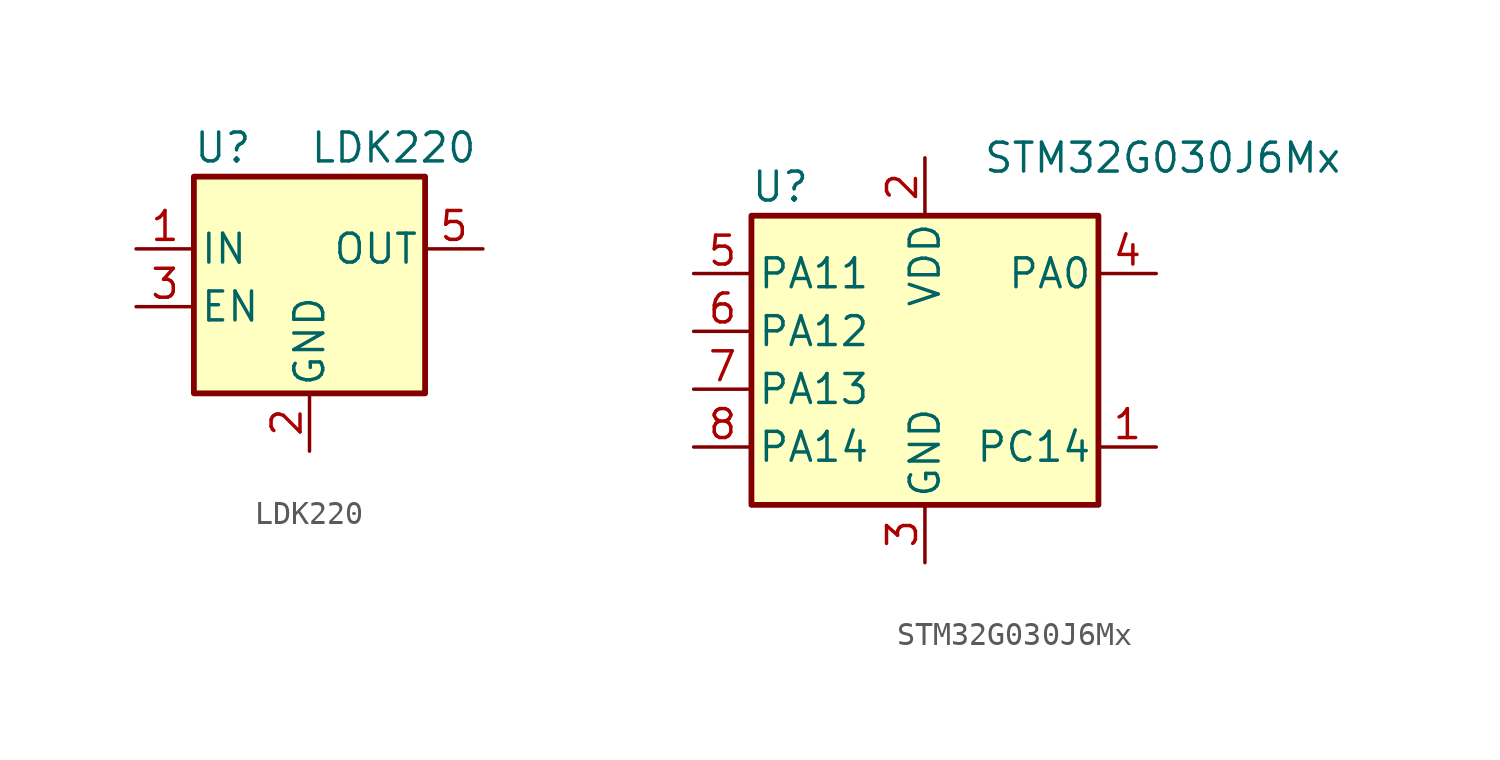
<source format=kicad_sym>
(kicad_symbol_lib
  (version 20201005)
  (generator kicad_symbol_editor)
  (symbol "ir-smart-led-controller:LDK220"
    (pin_names
      (offset 0.254))
    (property "Reference" "U"
      (at -3.81 5.715 0)
      (effects (font (size 1.27 1.27))))
    (property "Value" "LDK220"
      (at 0 5.715 0)
      (effects (font (size 1.27 1.27)) (justify left)))
    (symbol "LDK220_0_1"
      (rectangle (start -5.08 4.445) (end 5.08 -5.08) (stroke (width 0.254)) (fill (type background))))
    (symbol "LDK220_1_1"
      (pin power_in line (at -7.62 1.27 0) (length 2.54) (name "IN" (effects (font (size 1.27 1.27)))) (number "1" (effects (font (size 1.27 1.27)))))
      (pin power_in line (at 0 -7.62 90) (length 2.54) (name "GND" (effects (font (size 1.27 1.27)))) (number "2" (effects (font (size 1.27 1.27)))))
      (pin input line (at -7.62 -1.27 0) (length 2.54) (name "EN" (effects (font (size 1.27 1.27)))) (number "3" (effects (font (size 1.27 1.27)))))
      (pin no_connect line (at 5.08 -1.27 0) (length 2.54) hide (name "NC" (effects (font (size 1.27 1.27)))) (number "4" (effects (font (size 1.27 1.27)))))
      (pin power_out line (at 7.62 1.27 180) (length 2.54) (name "OUT" (effects (font (size 1.27 1.27)))) (number "5" (effects (font (size 1.27 1.27)))))))
  (symbol "ir-smart-led-controller:STM32G030J6Mx"
    (pin_names
      (offset 0.254))
    (property "Reference" "U"
      (at -6.35 6.35 0)
      (effects (font (size 1.27 1.27))))
    (property "Value" "STM32G030J6Mx"
      (at 2.54 7.62 0)
      (effects (font (size 1.27 1.27)) (justify left)))
    (symbol "STM32G030J6Mx_0_1"
      (rectangle (start -7.62 5.08) (end 7.62 -7.62) (stroke (width 0.254)) (fill (type background))))
    (symbol "STM32G030J6Mx_1_1"
      (pin bidirectional line (at 10.16 -5.08 180) (length 2.54) (name "PC14" (effects (font (size 1.27 1.27)))) (number "1" (effects (font (size 1.27 1.27)))))
      (pin power_in line (at 0 7.62 270) (length 2.54) (name "VDD" (effects (font (size 1.27 1.27)))) (number "2" (effects (font (size 1.27 1.27)))))
      (pin power_in line (at 0 -10.16 90) (length 2.54) (name "GND" (effects (font (size 1.27 1.27)))) (number "3" (effects (font (size 1.27 1.27)))))
      (pin bidirectional line (at 10.16 2.54 180) (length 2.54) (name "PA0" (effects (font (size 1.27 1.27)))) (number "4" (effects (font (size 1.27 1.27)))))
      (pin bidirectional line (at -10.16 2.54 0) (length 2.54) (name "PA11" (effects (font (size 1.27 1.27)))) (number "5" (effects (font (size 1.27 1.27)))))
      (pin bidirectional line (at -10.16 0 0) (length 2.54) (name "PA12" (effects (font (size 1.27 1.27)))) (number "6" (effects (font (size 1.27 1.27)))))
      (pin bidirectional line (at -10.16 -2.54 0) (length 2.54) (name "PA13" (effects (font (size 1.27 1.27)))) (number "7" (effects (font (size 1.27 1.27)))))
      (pin bidirectional line (at -10.16 -5.08 0) (length 2.54) (name "PA14" (effects (font (size 1.27 1.27)))) (number "8" (effects (font (size 1.27 1.27))))))))
</source>
